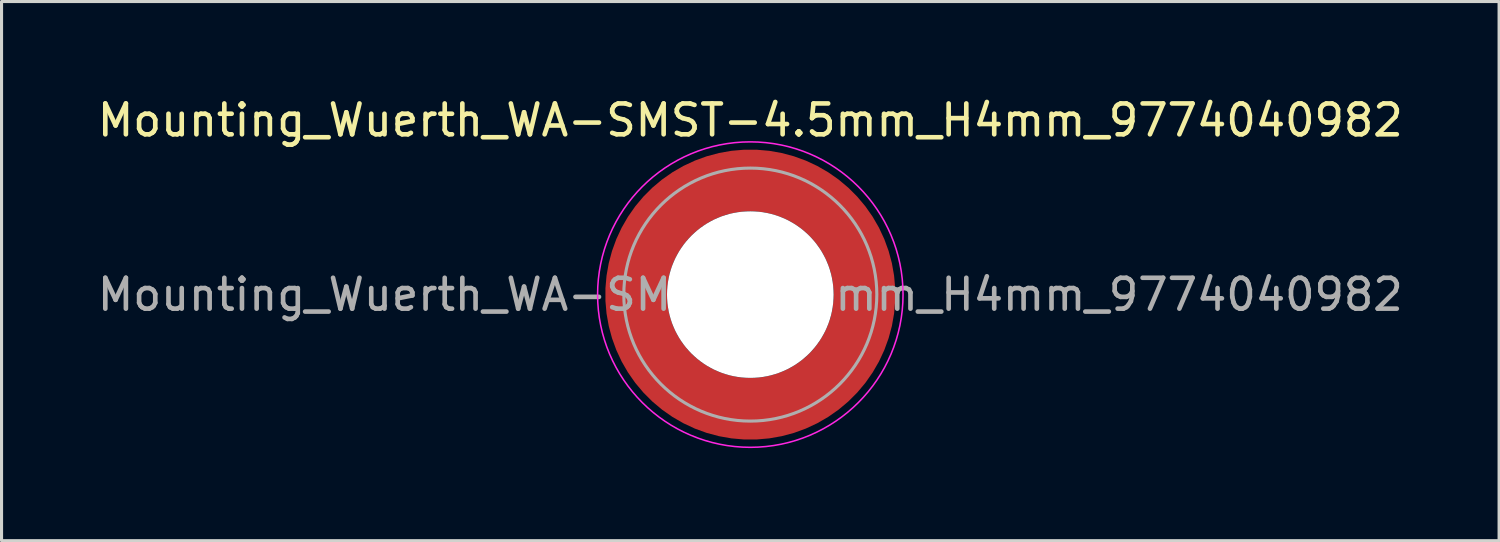
<source format=kicad_pcb>
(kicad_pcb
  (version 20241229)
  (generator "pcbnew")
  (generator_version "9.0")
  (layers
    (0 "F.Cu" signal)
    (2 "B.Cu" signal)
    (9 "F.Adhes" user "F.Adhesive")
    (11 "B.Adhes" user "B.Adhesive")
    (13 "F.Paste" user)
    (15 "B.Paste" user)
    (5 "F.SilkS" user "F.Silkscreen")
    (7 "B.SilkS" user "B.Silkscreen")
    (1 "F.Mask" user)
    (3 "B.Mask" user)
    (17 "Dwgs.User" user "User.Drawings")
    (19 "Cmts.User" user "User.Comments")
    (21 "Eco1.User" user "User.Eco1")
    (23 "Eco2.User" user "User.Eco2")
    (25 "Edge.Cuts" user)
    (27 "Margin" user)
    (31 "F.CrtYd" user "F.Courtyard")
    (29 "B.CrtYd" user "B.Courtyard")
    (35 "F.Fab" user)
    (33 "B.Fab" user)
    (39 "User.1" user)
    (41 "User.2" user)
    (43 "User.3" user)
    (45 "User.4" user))
  (footprint "Mounting_Wuerth_WA-SMST-4.5mm_H4mm_9774040982"
    (layer "F.Cu")
    (at 21.268 6.498)
    (property "Reference" "Mounting_Wuerth_WA-SMST-4.5mm_H4mm_9774040982" (at 0 -5.65 0) (layer "F.SilkS") (effects (font (size 1 1) (thickness 0.15))))
    (attr smd allow_soldermask_bridges)
    (fp_circle (center 0 0) (end 4.95 0) (stroke (width 0.05) (type solid)) (fill no) (layer "F.CrtYd"))
    (fp_circle (center 0 0) (end 4.1 0) (stroke (width 0.1) (type solid)) (fill no) (layer "F.Fab"))
    (fp_text user "${REFERENCE}" (at 0 0 0) (layer "F.Fab") (effects (font (size 1 1) (thickness 0.15))))
    (pad "" smd custom (at -2.607 -2.607) (size 0.948 0.948) (layers "F.Paste") (options (anchor circle)) (primitives (gr_arc (start -0.188183 2.107456) (mid 0.599273 0.599273) (end 2.107456 -0.188183) (width 0.2)) (gr_arc (start -0.289416 2.107456) (mid 0.52877 0.52877) (end 2.107456 -0.289416) (width 0.2)) (gr_arc (start -0.390547 2.107456) (mid 0.458268 0.458268) (end 2.107456 -0.390547) (width 0.2)) (gr_arc (start -0.491585 2.107456) (mid 0.387765 0.387765) (end 2.107456 -0.491585) (width 0.2)) (gr_arc (start -0.59254 2.107456) (mid 0.317262 0.317262) (end 2.107456 -0.59254) (width 0.2)) (gr_arc (start -0.693419 2.107456) (mid 0.246759 0.246759) (end 2.107456 -0.693419) (width 0.2)) (gr_arc (start -0.794229 2.107456) (mid 0.176257 0.176257) (end 2.107456 -0.794229) (width 0.2)) (gr_arc (start -0.894975 2.107456) (mid 0.105754 0.105754) (end 2.107456 -0.894975) (width 0.2)) (gr_arc (start -0.995664 2.107456) (mid 0.035251 0.035251) (end 2.107456 -0.995664) (width 0.2)) (gr_arc (start -1.0963 2.107456) (mid -0.035251 -0.035251) (end 2.107456 -1.0963) (width 0.2)) (gr_arc (start -1.196886 2.107456) (mid -0.105754 -0.105754) (end 2.107456 -1.196886) (width 0.2)) (gr_arc (start -1.297427 2.107456) (mid -0.176257 -0.176257) (end 2.107456 -1.297427) (width 0.2)) (gr_arc (start -1.397927 2.107456) (mid -0.246759 -0.246759) (end 2.107456 -1.397927) (width 0.2)) (gr_arc (start -1.498388 2.107456) (mid -0.317262 -0.317262) (end 2.107456 -1.498388) (width 0.2)) (gr_arc (start -1.598813 2.107456) (mid -0.387765 -0.387765) (end 2.107456 -1.598813) (width 0.2)) (gr_arc (start -1.699204 2.107456) (mid -0.458268 -0.458268) (end 2.107456 -1.699204) (width 0.2)) (gr_arc (start -1.799565 2.107456) (mid -0.52877 -0.52877) (end 2.107456 -1.799565) (width 0.2)) (gr_arc (start -1.899896 2.107456) (mid -0.599273 -0.599273) (end 2.107456 -1.899896) (width 0.2)) (gr_arc (start -1.899896 2.107456) (mid -0.599273 -0.599273) (end 2.107456 -1.899896) (width 0.2)) (gr_line (start 2.107 -0.188) (end 2.107 -1.9) (width 0.2)) (gr_line (start -0.188 2.107) (end -1.9 2.107) (width 0.2))))
    (pad "" smd custom (at -2.607 2.607) (size 0.948 0.948) (layers "F.Paste") (options (anchor circle)) (primitives (gr_arc (start 2.107456 0.188183) (mid 0.599273 -0.599273) (end -0.188183 -2.107456) (width 0.2)) (gr_arc (start 2.107456 0.289416) (mid 0.52877 -0.52877) (end -0.289416 -2.107456) (width 0.2)) (gr_arc (start 2.107456 0.390547) (mid 0.458268 -0.458268) (end -0.390547 -2.107456) (width 0.2)) (gr_arc (start 2.107456 0.491585) (mid 0.387765 -0.387765) (end -0.491585 -2.107456) (width 0.2)) (gr_arc (start 2.107456 0.59254) (mid 0.317262 -0.317262) (end -0.59254 -2.107456) (width 0.2)) (gr_arc (start 2.107456 0.693419) (mid 0.246759 -0.246759) (end -0.693419 -2.107456) (width 0.2)) (gr_arc (start 2.107456 0.794229) (mid 0.176257 -0.176257) (end -0.794229 -2.107456) (width 0.2)) (gr_arc (start 2.107456 0.894975) (mid 0.105754 -0.105754) (end -0.894975 -2.107456) (width 0.2)) (gr_arc (start 2.107456 0.995664) (mid 0.035251 -0.035251) (end -0.995664 -2.107456) (width 0.2)) (gr_arc (start 2.107456 1.0963) (mid -0.035251 0.035251) (end -1.0963 -2.107456) (width 0.2)) (gr_arc (start 2.107456 1.196886) (mid -0.105754 0.105754) (end -1.196886 -2.107456) (width 0.2)) (gr_arc (start 2.107456 1.297427) (mid -0.176257 0.176257) (end -1.297427 -2.107456) (width 0.2)) (gr_arc (start 2.107456 1.397927) (mid -0.246759 0.246759) (end -1.397927 -2.107456) (width 0.2)) (gr_arc (start 2.107456 1.498388) (mid -0.317262 0.317262) (end -1.498388 -2.107456) (width 0.2)) (gr_arc (start 2.107456 1.598813) (mid -0.387765 0.387765) (end -1.598813 -2.107456) (width 0.2)) (gr_arc (start 2.107456 1.699204) (mid -0.458268 0.458268) (end -1.699204 -2.107456) (width 0.2)) (gr_arc (start 2.107456 1.799565) (mid -0.52877 0.52877) (end -1.799565 -2.107456) (width 0.2)) (gr_arc (start 2.107456 1.899896) (mid -0.599273 0.599273) (end -1.899896 -2.107456) (width 0.2)) (gr_arc (start 2.107456 1.899896) (mid -0.599273 0.599273) (end -1.899896 -2.107456) (width 0.2)) (gr_line (start -0.188 -2.107) (end -1.9 -2.107) (width 0.2)) (gr_line (start 2.107 0.188) (end 2.107 1.9) (width 0.2))))
    (pad "" np_thru_hole circle (at 0 0) (size 5.4 5.4) (drill 5.4) (layers "*.Cu" "*.Mask"))
    (pad "" smd custom (at 2.607 -2.607) (size 0.948 0.948) (layers "F.Paste") (options (anchor circle)) (primitives (gr_arc (start -2.107456 -0.188183) (mid -0.599273 0.599273) (end 0.188183 2.107456) (width 0.2)) (gr_arc (start -2.107456 -0.289416) (mid -0.52877 0.52877) (end 0.289416 2.107456) (width 0.2)) (gr_arc (start -2.107456 -0.390547) (mid -0.458268 0.458268) (end 0.390547 2.107456) (width 0.2)) (gr_arc (start -2.107456 -0.491585) (mid -0.387765 0.387765) (end 0.491585 2.107456) (width 0.2)) (gr_arc (start -2.107456 -0.59254) (mid -0.317262 0.317262) (end 0.59254 2.107456) (width 0.2)) (gr_arc (start -2.107456 -0.693419) (mid -0.246759 0.246759) (end 0.693419 2.107456) (width 0.2)) (gr_arc (start -2.107456 -0.794229) (mid -0.176257 0.176257) (end 0.794229 2.107456) (width 0.2)) (gr_arc (start -2.107456 -0.894975) (mid -0.105754 0.105754) (end 0.894975 2.107456) (width 0.2)) (gr_arc (start -2.107456 -0.995664) (mid -0.035251 0.035251) (end 0.995664 2.107456) (width 0.2)) (gr_arc (start -2.107456 -1.0963) (mid 0.035251 -0.035251) (end 1.0963 2.107456) (width 0.2)) (gr_arc (start -2.107456 -1.196886) (mid 0.105754 -0.105754) (end 1.196886 2.107456) (width 0.2)) (gr_arc (start -2.107456 -1.297427) (mid 0.176257 -0.176257) (end 1.297427 2.107456) (width 0.2)) (gr_arc (start -2.107456 -1.397927) (mid 0.246759 -0.246759) (end 1.397927 2.107456) (width 0.2)) (gr_arc (start -2.107456 -1.498388) (mid 0.317262 -0.317262) (end 1.498388 2.107456) (width 0.2)) (gr_arc (start -2.107456 -1.598813) (mid 0.387765 -0.387765) (end 1.598813 2.107456) (width 0.2)) (gr_arc (start -2.107456 -1.699204) (mid 0.458268 -0.458268) (end 1.699204 2.107456) (width 0.2)) (gr_arc (start -2.107456 -1.799565) (mid 0.52877 -0.52877) (end 1.799565 2.107456) (width 0.2)) (gr_arc (start -2.107456 -1.899896) (mid 0.599273 -0.599273) (end 1.899896 2.107456) (width 0.2)) (gr_arc (start -2.107456 -1.899896) (mid 0.599273 -0.599273) (end 1.899896 2.107456) (width 0.2)) (gr_line (start 0.188 2.107) (end 1.9 2.107) (width 0.2)) (gr_line (start -2.107 -0.188) (end -2.107 -1.9) (width 0.2))))
    (pad "" smd custom (at 2.607 2.607) (size 0.948 0.948) (layers "F.Paste") (options (anchor circle)) (primitives (gr_arc (start 0.188183 -2.107456) (mid -0.599273 -0.599273) (end -2.107456 0.188183) (width 0.2)) (gr_arc (start 0.289416 -2.107456) (mid -0.52877 -0.52877) (end -2.107456 0.289416) (width 0.2)) (gr_arc (start 0.390547 -2.107456) (mid -0.458268 -0.458268) (end -2.107456 0.390547) (width 0.2)) (gr_arc (start 0.491585 -2.107456) (mid -0.387765 -0.387765) (end -2.107456 0.491585) (width 0.2)) (gr_arc (start 0.59254 -2.107456) (mid -0.317262 -0.317262) (end -2.107456 0.59254) (width 0.2)) (gr_arc (start 0.693419 -2.107456) (mid -0.246759 -0.246759) (end -2.107456 0.693419) (width 0.2)) (gr_arc (start 0.794229 -2.107456) (mid -0.176257 -0.176257) (end -2.107456 0.794229) (width 0.2)) (gr_arc (start 0.894975 -2.107456) (mid -0.105754 -0.105754) (end -2.107456 0.894975) (width 0.2)) (gr_arc (start 0.995664 -2.107456) (mid -0.035251 -0.035251) (end -2.107456 0.995664) (width 0.2)) (gr_arc (start 1.0963 -2.107456) (mid 0.035251 0.035251) (end -2.107456 1.0963) (width 0.2)) (gr_arc (start 1.196886 -2.107456) (mid 0.105754 0.105754) (end -2.107456 1.196886) (width 0.2)) (gr_arc (start 1.297427 -2.107456) (mid 0.176257 0.176257) (end -2.107456 1.297427) (width 0.2)) (gr_arc (start 1.397927 -2.107456) (mid 0.246759 0.246759) (end -2.107456 1.397927) (width 0.2)) (gr_arc (start 1.498388 -2.107456) (mid 0.317262 0.317262) (end -2.107456 1.498388) (width 0.2)) (gr_arc (start 1.598813 -2.107456) (mid 0.387765 0.387765) (end -2.107456 1.598813) (width 0.2)) (gr_arc (start 1.699204 -2.107456) (mid 0.458268 0.458268) (end -2.107456 1.699204) (width 0.2)) (gr_arc (start 1.799565 -2.107456) (mid 0.52877 0.52877) (end -2.107456 1.799565) (width 0.2)) (gr_arc (start 1.899896 -2.107456) (mid 0.599273 0.599273) (end -2.107456 1.899896) (width 0.2)) (gr_arc (start 1.899896 -2.107456) (mid 0.599273 0.599273) (end -2.107456 1.899896) (width 0.2)) (gr_line (start -2.107 0.188) (end -2.107 1.9) (width 0.2)) (gr_line (start 0.188 -2.107) (end 1.9 -2.107) (width 0.2))))
    (pad "1" smd circle (at -3.7 0) (size 1.492 1.492) (layers "F.Cu"))
    (pad "1" smd circle (at 0 -3.7) (size 1.492 1.492) (layers "F.Cu"))
    (pad "1" smd circle (at 0 3.7) (size 1.492 1.492) (layers "F.Cu"))
    (pad "1" smd custom (at 3.7 0) (size 2 2) (layers "F.Cu" "F.Mask") (options (anchor circle)) (primitives (gr_circle (center -3.7 0) (end 0 0) (width 2) (fill no)))))
  (gr_rect
    (start -3 -3)
    (end 45.536 14.473)
    (stroke (width 0.1) (type default))
    (fill no)
    (layer "Edge.Cuts")))
</source>
